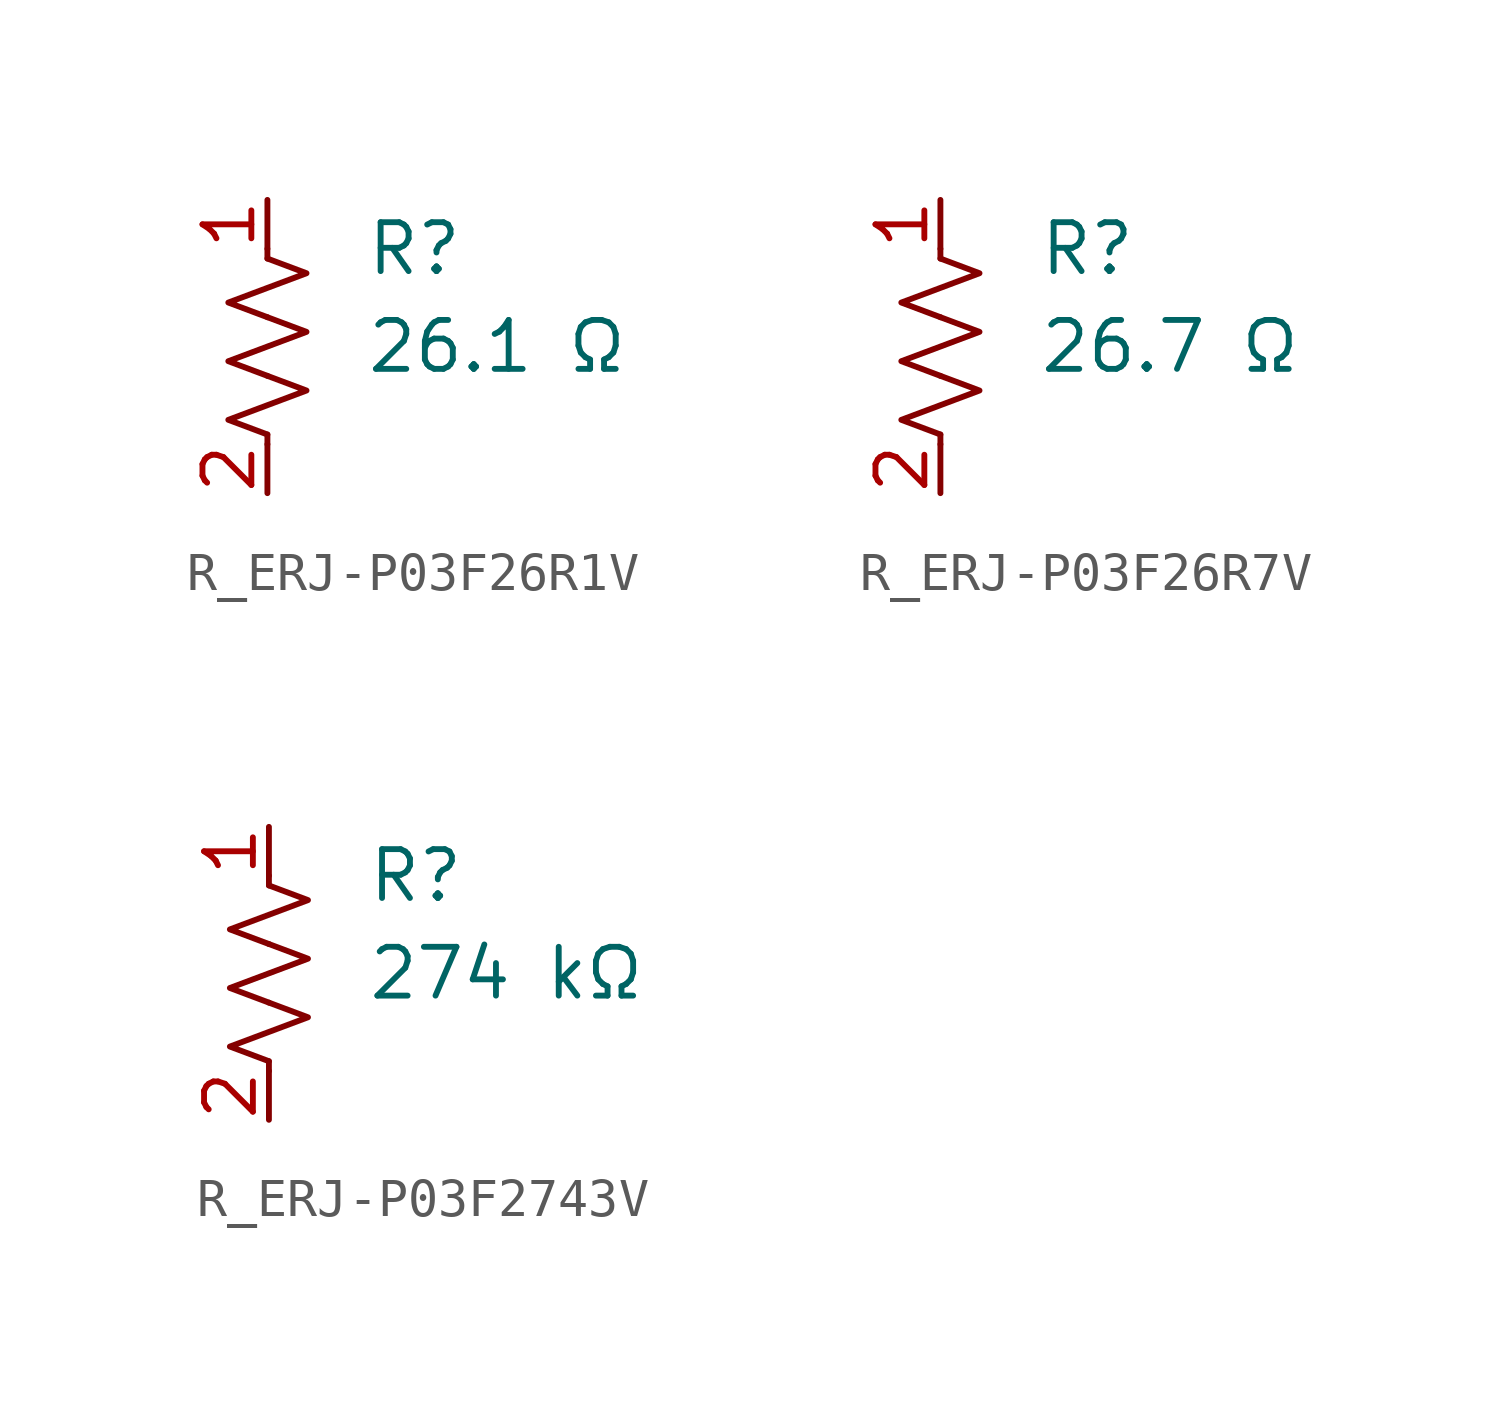
<source format=kicad_sym>
(kicad_symbol_lib
  (version 20231120)
  (generator "kicad_symbol_editor")
  (generator_version "8.0")
  (symbol "R_ERJ-P03F26R1V"
    (pin_names
      (offset 0.254))
    (property "Value" "26.1 Ω"
      (at 2.54 0 0)
      (effects (font (size 1.27 1.27)) (justify left)))
    (property "Reference" "R"
      (at 2.54 2.54 0)
      (effects (font (size 1.27 1.27)) (justify left)))
    (symbol "R_ERJ-P03F26R1V_0_1"
      (polyline (pts (xy 0 -2.286) (xy 0 -2.54)) (stroke (width 0) (type default)) (fill (type none)))
      (polyline (pts (xy 0 2.286) (xy 0 2.54)) (stroke (width 0) (type default)) (fill (type none)))
      (polyline (pts (xy 0 -0.762) (xy 1.016 -1.143) (xy 0 -1.524) (xy -1.016 -1.905) (xy 0 -2.286)) (stroke (width 0) (type default)) (fill (type none)))
      (polyline (pts (xy 0 0.762) (xy 1.016 0.381) (xy 0 0) (xy -1.016 -0.381) (xy 0 -0.762)) (stroke (width 0) (type default)) (fill (type none)))
      (polyline (pts (xy 0 2.286) (xy 1.016 1.905) (xy 0 1.524) (xy -1.016 1.143) (xy 0 0.762)) (stroke (width 0) (type default)) (fill (type none))))
    (symbol "R_ERJ-P03F26R1V_1_1"
      (pin passive line (at 0 3.81 270) (length 1.27) (name "~" (effects (font (size 1.27 1.27)))) (number "1" (effects (font (size 1.27 1.27)))))
      (pin passive line (at 0 -3.81 90) (length 1.27) (name "~" (effects (font (size 1.27 1.27)))) (number "2" (effects (font (size 1.27 1.27)))))))
  (symbol "R_ERJ-P03F26R7V"
    (pin_names
      (offset 0.254))
    (property "Value" "26.7 Ω"
      (at 2.54 0 0)
      (effects (font (size 1.27 1.27)) (justify left)))
    (property "Reference" "R"
      (at 2.54 2.54 0)
      (effects (font (size 1.27 1.27)) (justify left)))
    (symbol "R_ERJ-P03F26R7V_0_1"
      (polyline (pts (xy 0 -2.286) (xy 0 -2.54)) (stroke (width 0) (type default)) (fill (type none)))
      (polyline (pts (xy 0 2.286) (xy 0 2.54)) (stroke (width 0) (type default)) (fill (type none)))
      (polyline (pts (xy 0 -0.762) (xy 1.016 -1.143) (xy 0 -1.524) (xy -1.016 -1.905) (xy 0 -2.286)) (stroke (width 0) (type default)) (fill (type none)))
      (polyline (pts (xy 0 0.762) (xy 1.016 0.381) (xy 0 0) (xy -1.016 -0.381) (xy 0 -0.762)) (stroke (width 0) (type default)) (fill (type none)))
      (polyline (pts (xy 0 2.286) (xy 1.016 1.905) (xy 0 1.524) (xy -1.016 1.143) (xy 0 0.762)) (stroke (width 0) (type default)) (fill (type none))))
    (symbol "R_ERJ-P03F26R7V_1_1"
      (pin passive line (at 0 3.81 270) (length 1.27) (name "~" (effects (font (size 1.27 1.27)))) (number "1" (effects (font (size 1.27 1.27)))))
      (pin passive line (at 0 -3.81 90) (length 1.27) (name "~" (effects (font (size 1.27 1.27)))) (number "2" (effects (font (size 1.27 1.27)))))))
  (symbol "R_ERJ-P03F2743V"
    (pin_names
      (offset 0.254))
    (property "Value" "274 kΩ"
      (at 2.54 0 0)
      (effects (font (size 1.27 1.27)) (justify left)))
    (property "Reference" "R"
      (at 2.54 2.54 0)
      (effects (font (size 1.27 1.27)) (justify left)))
    (symbol "R_ERJ-P03F2743V_0_1"
      (polyline (pts (xy 0 -2.286) (xy 0 -2.54)) (stroke (width 0) (type default)) (fill (type none)))
      (polyline (pts (xy 0 2.286) (xy 0 2.54)) (stroke (width 0) (type default)) (fill (type none)))
      (polyline (pts (xy 0 -0.762) (xy 1.016 -1.143) (xy 0 -1.524) (xy -1.016 -1.905) (xy 0 -2.286)) (stroke (width 0) (type default)) (fill (type none)))
      (polyline (pts (xy 0 0.762) (xy 1.016 0.381) (xy 0 0) (xy -1.016 -0.381) (xy 0 -0.762)) (stroke (width 0) (type default)) (fill (type none)))
      (polyline (pts (xy 0 2.286) (xy 1.016 1.905) (xy 0 1.524) (xy -1.016 1.143) (xy 0 0.762)) (stroke (width 0) (type default)) (fill (type none))))
    (symbol "R_ERJ-P03F2743V_1_1"
      (pin passive line (at 0 3.81 270) (length 1.27) (name "~" (effects (font (size 1.27 1.27)))) (number "1" (effects (font (size 1.27 1.27)))))
      (pin passive line (at 0 -3.81 90) (length 1.27) (name "~" (effects (font (size 1.27 1.27)))) (number "2" (effects (font (size 1.27 1.27))))))))
</source>
